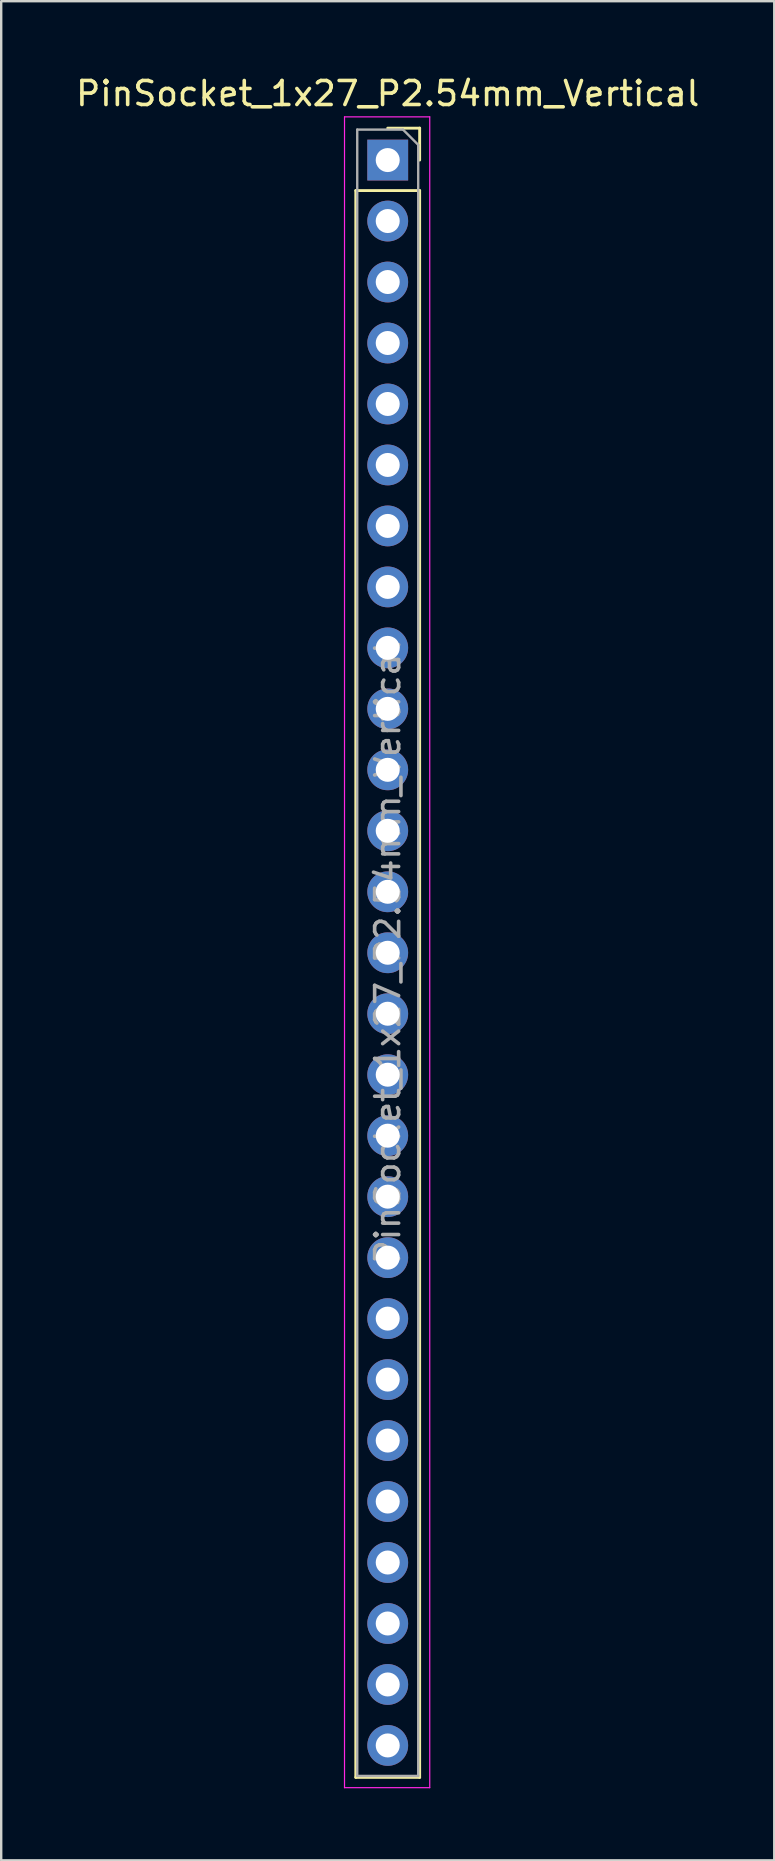
<source format=kicad_pcb>
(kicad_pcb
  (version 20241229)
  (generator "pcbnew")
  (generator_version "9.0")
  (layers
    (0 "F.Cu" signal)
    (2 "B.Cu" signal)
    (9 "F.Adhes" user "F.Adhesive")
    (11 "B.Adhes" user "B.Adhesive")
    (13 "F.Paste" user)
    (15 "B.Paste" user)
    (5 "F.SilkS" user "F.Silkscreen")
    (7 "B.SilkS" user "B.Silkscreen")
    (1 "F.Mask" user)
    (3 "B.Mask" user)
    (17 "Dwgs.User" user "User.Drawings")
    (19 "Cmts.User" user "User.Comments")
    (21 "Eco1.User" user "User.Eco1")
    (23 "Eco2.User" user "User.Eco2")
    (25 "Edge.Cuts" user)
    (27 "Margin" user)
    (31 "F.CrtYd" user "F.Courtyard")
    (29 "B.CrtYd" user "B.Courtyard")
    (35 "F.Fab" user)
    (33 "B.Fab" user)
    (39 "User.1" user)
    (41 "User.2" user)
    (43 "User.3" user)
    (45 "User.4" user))
  (footprint "PinSocket_1x27_P2.54mm_Vertical"
    (layer "F.Cu")
    (at 13.101 3.618)
    (property "Reference" "PinSocket_1x27_P2.54mm_Vertical" (at 0 -2.77 0) (layer "F.SilkS") (effects (font (size 1 1) (thickness 0.15))))
    (attr through_hole)
    (fp_line (start -1.33 1.27) (end -1.33 67.37) (stroke (width 0.12) (type solid)) (layer "F.SilkS"))
    (fp_line (start -1.33 1.27) (end 1.33 1.27) (stroke (width 0.12) (type solid)) (layer "F.SilkS"))
    (fp_line (start -1.33 67.37) (end 1.33 67.37) (stroke (width 0.12) (type solid)) (layer "F.SilkS"))
    (fp_line (start 0 -1.33) (end 1.33 -1.33) (stroke (width 0.12) (type solid)) (layer "F.SilkS"))
    (fp_line (start 1.33 -1.33) (end 1.33 0) (stroke (width 0.12) (type solid)) (layer "F.SilkS"))
    (fp_line (start 1.33 1.27) (end 1.33 67.37) (stroke (width 0.12) (type solid)) (layer "F.SilkS"))
    (fp_line (start -1.8 -1.8) (end 1.75 -1.8) (stroke (width 0.05) (type solid)) (layer "F.CrtYd"))
    (fp_line (start -1.8 67.8) (end -1.8 -1.8) (stroke (width 0.05) (type solid)) (layer "F.CrtYd"))
    (fp_line (start 1.75 -1.8) (end 1.75 67.8) (stroke (width 0.05) (type solid)) (layer "F.CrtYd"))
    (fp_line (start 1.75 67.8) (end -1.8 67.8) (stroke (width 0.05) (type solid)) (layer "F.CrtYd"))
    (fp_line (start -1.27 -1.27) (end 0.635 -1.27) (stroke (width 0.1) (type solid)) (layer "F.Fab"))
    (fp_line (start -1.27 67.31) (end -1.27 -1.27) (stroke (width 0.1) (type solid)) (layer "F.Fab"))
    (fp_line (start 0.635 -1.27) (end 1.27 -0.635) (stroke (width 0.1) (type solid)) (layer "F.Fab"))
    (fp_line (start 1.27 -0.635) (end 1.27 67.31) (stroke (width 0.1) (type solid)) (layer "F.Fab"))
    (fp_line (start 1.27 67.31) (end -1.27 67.31) (stroke (width 0.1) (type solid)) (layer "F.Fab"))
    (fp_text user "${REFERENCE}" (at 0 33.02 90) (layer "F.Fab") (effects (font (size 1 1) (thickness 0.15))))
    (pad "1" thru_hole rect (at 0 0) (size 1.7 1.7) (drill 1) (layers "*.Cu" "*.Mask"))
    (pad "2" thru_hole circle (at 0 2.54) (size 1.7 1.7) (drill 1) (layers "*.Cu" "*.Mask"))
    (pad "3" thru_hole circle (at 0 5.08) (size 1.7 1.7) (drill 1) (layers "*.Cu" "*.Mask"))
    (pad "4" thru_hole circle (at 0 7.62) (size 1.7 1.7) (drill 1) (layers "*.Cu" "*.Mask"))
    (pad "5" thru_hole circle (at 0 10.16) (size 1.7 1.7) (drill 1) (layers "*.Cu" "*.Mask"))
    (pad "6" thru_hole circle (at 0 12.7) (size 1.7 1.7) (drill 1) (layers "*.Cu" "*.Mask"))
    (pad "7" thru_hole circle (at 0 15.24) (size 1.7 1.7) (drill 1) (layers "*.Cu" "*.Mask"))
    (pad "8" thru_hole circle (at 0 17.78) (size 1.7 1.7) (drill 1) (layers "*.Cu" "*.Mask"))
    (pad "9" thru_hole circle (at 0 20.32) (size 1.7 1.7) (drill 1) (layers "*.Cu" "*.Mask"))
    (pad "10" thru_hole circle (at 0 22.86) (size 1.7 1.7) (drill 1) (layers "*.Cu" "*.Mask"))
    (pad "11" thru_hole circle (at 0 25.4) (size 1.7 1.7) (drill 1) (layers "*.Cu" "*.Mask"))
    (pad "12" thru_hole circle (at 0 27.94) (size 1.7 1.7) (drill 1) (layers "*.Cu" "*.Mask"))
    (pad "13" thru_hole circle (at 0 30.48) (size 1.7 1.7) (drill 1) (layers "*.Cu" "*.Mask"))
    (pad "14" thru_hole circle (at 0 33.02) (size 1.7 1.7) (drill 1) (layers "*.Cu" "*.Mask"))
    (pad "15" thru_hole circle (at 0 35.56) (size 1.7 1.7) (drill 1) (layers "*.Cu" "*.Mask"))
    (pad "16" thru_hole circle (at 0 38.1) (size 1.7 1.7) (drill 1) (layers "*.Cu" "*.Mask"))
    (pad "17" thru_hole circle (at 0 40.64) (size 1.7 1.7) (drill 1) (layers "*.Cu" "*.Mask"))
    (pad "18" thru_hole circle (at 0 43.18) (size 1.7 1.7) (drill 1) (layers "*.Cu" "*.Mask"))
    (pad "19" thru_hole circle (at 0 45.72) (size 1.7 1.7) (drill 1) (layers "*.Cu" "*.Mask"))
    (pad "20" thru_hole circle (at 0 48.26) (size 1.7 1.7) (drill 1) (layers "*.Cu" "*.Mask"))
    (pad "21" thru_hole circle (at 0 50.8) (size 1.7 1.7) (drill 1) (layers "*.Cu" "*.Mask"))
    (pad "22" thru_hole circle (at 0 53.34) (size 1.7 1.7) (drill 1) (layers "*.Cu" "*.Mask"))
    (pad "23" thru_hole circle (at 0 55.88) (size 1.7 1.7) (drill 1) (layers "*.Cu" "*.Mask"))
    (pad "24" thru_hole circle (at 0 58.42) (size 1.7 1.7) (drill 1) (layers "*.Cu" "*.Mask"))
    (pad "25" thru_hole circle (at 0 60.96) (size 1.7 1.7) (drill 1) (layers "*.Cu" "*.Mask"))
    (pad "26" thru_hole circle (at 0 63.5) (size 1.7 1.7) (drill 1) (layers "*.Cu" "*.Mask"))
    (pad "27" thru_hole circle (at 0 66.04) (size 1.7 1.7) (drill 1) (layers "*.Cu" "*.Mask")))
  (gr_rect
    (start -3 -3)
    (end 29.202 74.443)
    (stroke (width 0.1) (type default))
    (fill no)
    (layer "Edge.Cuts")))
</source>
